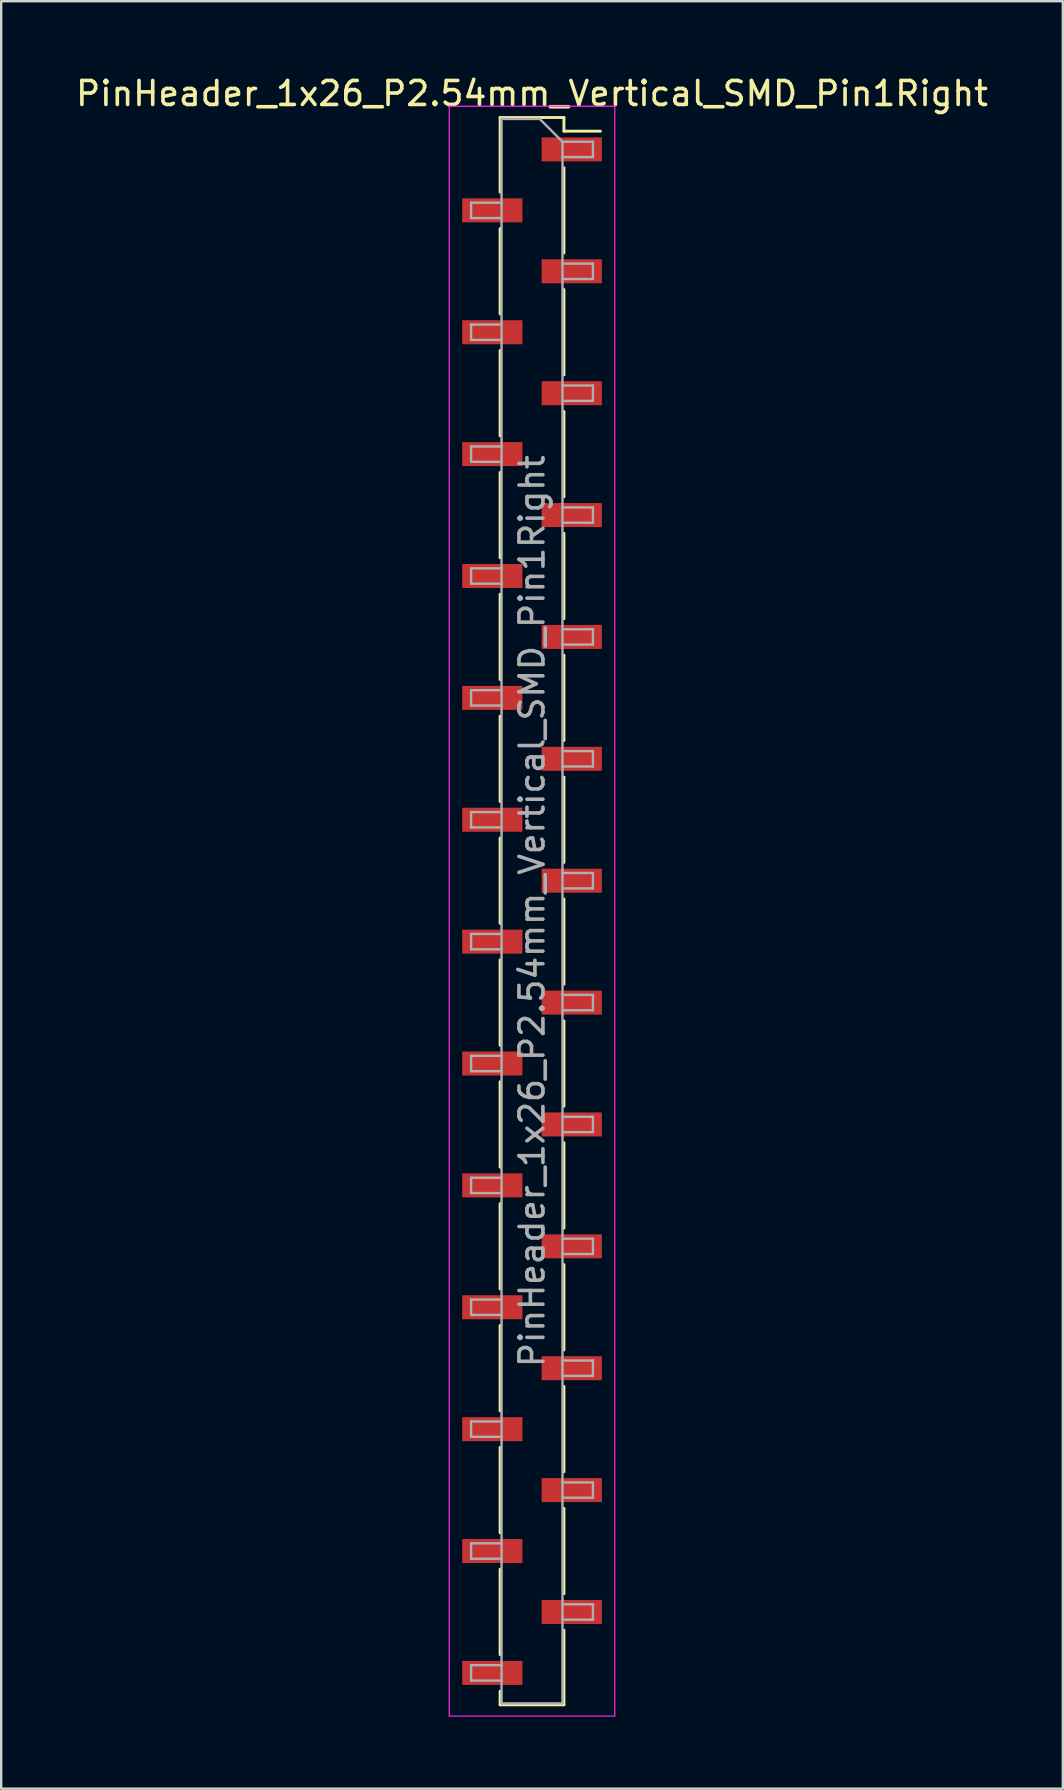
<source format=kicad_pcb>
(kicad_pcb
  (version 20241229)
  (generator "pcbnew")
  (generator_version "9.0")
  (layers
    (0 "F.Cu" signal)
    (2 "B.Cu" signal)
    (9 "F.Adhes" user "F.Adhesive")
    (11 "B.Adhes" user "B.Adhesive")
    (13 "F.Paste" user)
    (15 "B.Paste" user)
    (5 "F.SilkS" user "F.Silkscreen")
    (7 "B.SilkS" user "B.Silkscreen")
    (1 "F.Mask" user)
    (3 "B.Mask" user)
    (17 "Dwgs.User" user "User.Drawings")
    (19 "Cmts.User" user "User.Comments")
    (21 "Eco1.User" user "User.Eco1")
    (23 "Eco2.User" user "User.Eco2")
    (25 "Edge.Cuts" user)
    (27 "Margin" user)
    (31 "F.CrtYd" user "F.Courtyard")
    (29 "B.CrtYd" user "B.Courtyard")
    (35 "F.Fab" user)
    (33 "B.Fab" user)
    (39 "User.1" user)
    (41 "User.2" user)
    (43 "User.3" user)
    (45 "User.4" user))
  (footprint "PinHeader_1x26_P2.54mm_Vertical_SMD_Pin1Right"
    (layer "F.Cu")
    (at 19.125 34.928)
    (property "Reference" "PinHeader_1x26_P2.54mm_Vertical_SMD_Pin1Right" (at 0 -34.08 0) (layer "F.SilkS") (effects (font (size 1 1) (thickness 0.15))))
    (attr smd)
    (fp_line (start -1.33 -33.08) (end -1.33 -29.97) (stroke (width 0.12) (type solid)) (layer "F.SilkS"))
    (fp_line (start -1.33 -33.08) (end 1.33 -33.08) (stroke (width 0.12) (type solid)) (layer "F.SilkS"))
    (fp_line (start -1.33 -28.45) (end -1.33 -24.89) (stroke (width 0.12) (type solid)) (layer "F.SilkS"))
    (fp_line (start -1.33 -23.37) (end -1.33 -19.81) (stroke (width 0.12) (type solid)) (layer "F.SilkS"))
    (fp_line (start -1.33 -18.29) (end -1.33 -14.73) (stroke (width 0.12) (type solid)) (layer "F.SilkS"))
    (fp_line (start -1.33 -13.21) (end -1.33 -9.65) (stroke (width 0.12) (type solid)) (layer "F.SilkS"))
    (fp_line (start -1.33 -8.13) (end -1.33 -4.57) (stroke (width 0.12) (type solid)) (layer "F.SilkS"))
    (fp_line (start -1.33 -3.05) (end -1.33 0.51) (stroke (width 0.12) (type solid)) (layer "F.SilkS"))
    (fp_line (start -1.33 2.03) (end -1.33 5.59) (stroke (width 0.12) (type solid)) (layer "F.SilkS"))
    (fp_line (start -1.33 7.11) (end -1.33 10.67) (stroke (width 0.12) (type solid)) (layer "F.SilkS"))
    (fp_line (start -1.33 12.19) (end -1.33 15.75) (stroke (width 0.12) (type solid)) (layer "F.SilkS"))
    (fp_line (start -1.33 17.27) (end -1.33 20.83) (stroke (width 0.12) (type solid)) (layer "F.SilkS"))
    (fp_line (start -1.33 22.35) (end -1.33 25.91) (stroke (width 0.12) (type solid)) (layer "F.SilkS"))
    (fp_line (start -1.33 27.43) (end -1.33 30.99) (stroke (width 0.12) (type solid)) (layer "F.SilkS"))
    (fp_line (start -1.33 32.51) (end -1.33 33.08) (stroke (width 0.12) (type solid)) (layer "F.SilkS"))
    (fp_line (start -1.33 33.08) (end 1.33 33.08) (stroke (width 0.12) (type solid)) (layer "F.SilkS"))
    (fp_line (start 1.33 -33.08) (end 1.33 -32.51) (stroke (width 0.12) (type solid)) (layer "F.SilkS"))
    (fp_line (start 1.33 -32.51) (end 2.85 -32.51) (stroke (width 0.12) (type solid)) (layer "F.SilkS"))
    (fp_line (start 1.33 -30.99) (end 1.33 -27.43) (stroke (width 0.12) (type solid)) (layer "F.SilkS"))
    (fp_line (start 1.33 -25.91) (end 1.33 -22.35) (stroke (width 0.12) (type solid)) (layer "F.SilkS"))
    (fp_line (start 1.33 -20.83) (end 1.33 -17.27) (stroke (width 0.12) (type solid)) (layer "F.SilkS"))
    (fp_line (start 1.33 -15.75) (end 1.33 -12.19) (stroke (width 0.12) (type solid)) (layer "F.SilkS"))
    (fp_line (start 1.33 -10.67) (end 1.33 -7.11) (stroke (width 0.12) (type solid)) (layer "F.SilkS"))
    (fp_line (start 1.33 -5.59) (end 1.33 -2.03) (stroke (width 0.12) (type solid)) (layer "F.SilkS"))
    (fp_line (start 1.33 -0.51) (end 1.33 3.05) (stroke (width 0.12) (type solid)) (layer "F.SilkS"))
    (fp_line (start 1.33 4.57) (end 1.33 8.13) (stroke (width 0.12) (type solid)) (layer "F.SilkS"))
    (fp_line (start 1.33 9.65) (end 1.33 13.21) (stroke (width 0.12) (type solid)) (layer "F.SilkS"))
    (fp_line (start 1.33 14.73) (end 1.33 18.29) (stroke (width 0.12) (type solid)) (layer "F.SilkS"))
    (fp_line (start 1.33 19.81) (end 1.33 23.37) (stroke (width 0.12) (type solid)) (layer "F.SilkS"))
    (fp_line (start 1.33 24.89) (end 1.33 28.45) (stroke (width 0.12) (type solid)) (layer "F.SilkS"))
    (fp_line (start 1.33 29.97) (end 1.33 33.08) (stroke (width 0.12) (type solid)) (layer "F.SilkS"))
    (fp_line (start -3.45 -33.55) (end -3.45 33.55) (stroke (width 0.05) (type solid)) (layer "F.CrtYd"))
    (fp_line (start -3.45 33.55) (end 3.45 33.55) (stroke (width 0.05) (type solid)) (layer "F.CrtYd"))
    (fp_line (start 3.45 -33.55) (end -3.45 -33.55) (stroke (width 0.05) (type solid)) (layer "F.CrtYd"))
    (fp_line (start 3.45 33.55) (end 3.45 -33.55) (stroke (width 0.05) (type solid)) (layer "F.CrtYd"))
    (fp_line (start -2.54 -29.53) (end -2.54 -28.89) (stroke (width 0.1) (type solid)) (layer "F.Fab"))
    (fp_line (start -2.54 -28.89) (end -1.27 -28.89) (stroke (width 0.1) (type solid)) (layer "F.Fab"))
    (fp_line (start -2.54 -24.45) (end -2.54 -23.81) (stroke (width 0.1) (type solid)) (layer "F.Fab"))
    (fp_line (start -2.54 -23.81) (end -1.27 -23.81) (stroke (width 0.1) (type solid)) (layer "F.Fab"))
    (fp_line (start -2.54 -19.37) (end -2.54 -18.73) (stroke (width 0.1) (type solid)) (layer "F.Fab"))
    (fp_line (start -2.54 -18.73) (end -1.27 -18.73) (stroke (width 0.1) (type solid)) (layer "F.Fab"))
    (fp_line (start -2.54 -14.29) (end -2.54 -13.65) (stroke (width 0.1) (type solid)) (layer "F.Fab"))
    (fp_line (start -2.54 -13.65) (end -1.27 -13.65) (stroke (width 0.1) (type solid)) (layer "F.Fab"))
    (fp_line (start -2.54 -9.21) (end -2.54 -8.57) (stroke (width 0.1) (type solid)) (layer "F.Fab"))
    (fp_line (start -2.54 -8.57) (end -1.27 -8.57) (stroke (width 0.1) (type solid)) (layer "F.Fab"))
    (fp_line (start -2.54 -4.13) (end -2.54 -3.49) (stroke (width 0.1) (type solid)) (layer "F.Fab"))
    (fp_line (start -2.54 -3.49) (end -1.27 -3.49) (stroke (width 0.1) (type solid)) (layer "F.Fab"))
    (fp_line (start -2.54 0.95) (end -2.54 1.59) (stroke (width 0.1) (type solid)) (layer "F.Fab"))
    (fp_line (start -2.54 1.59) (end -1.27 1.59) (stroke (width 0.1) (type solid)) (layer "F.Fab"))
    (fp_line (start -2.54 6.03) (end -2.54 6.67) (stroke (width 0.1) (type solid)) (layer "F.Fab"))
    (fp_line (start -2.54 6.67) (end -1.27 6.67) (stroke (width 0.1) (type solid)) (layer "F.Fab"))
    (fp_line (start -2.54 11.11) (end -2.54 11.75) (stroke (width 0.1) (type solid)) (layer "F.Fab"))
    (fp_line (start -2.54 11.75) (end -1.27 11.75) (stroke (width 0.1) (type solid)) (layer "F.Fab"))
    (fp_line (start -2.54 16.19) (end -2.54 16.83) (stroke (width 0.1) (type solid)) (layer "F.Fab"))
    (fp_line (start -2.54 16.83) (end -1.27 16.83) (stroke (width 0.1) (type solid)) (layer "F.Fab"))
    (fp_line (start -2.54 21.27) (end -2.54 21.91) (stroke (width 0.1) (type solid)) (layer "F.Fab"))
    (fp_line (start -2.54 21.91) (end -1.27 21.91) (stroke (width 0.1) (type solid)) (layer "F.Fab"))
    (fp_line (start -2.54 26.35) (end -2.54 26.99) (stroke (width 0.1) (type solid)) (layer "F.Fab"))
    (fp_line (start -2.54 26.99) (end -1.27 26.99) (stroke (width 0.1) (type solid)) (layer "F.Fab"))
    (fp_line (start -2.54 31.43) (end -2.54 32.07) (stroke (width 0.1) (type solid)) (layer "F.Fab"))
    (fp_line (start -2.54 32.07) (end -1.27 32.07) (stroke (width 0.1) (type solid)) (layer "F.Fab"))
    (fp_line (start -1.27 -33.02) (end -1.27 33.02) (stroke (width 0.1) (type solid)) (layer "F.Fab"))
    (fp_line (start -1.27 -33.02) (end 0.32 -33.02) (stroke (width 0.1) (type solid)) (layer "F.Fab"))
    (fp_line (start -1.27 -29.53) (end -2.54 -29.53) (stroke (width 0.1) (type solid)) (layer "F.Fab"))
    (fp_line (start -1.27 -24.45) (end -2.54 -24.45) (stroke (width 0.1) (type solid)) (layer "F.Fab"))
    (fp_line (start -1.27 -19.37) (end -2.54 -19.37) (stroke (width 0.1) (type solid)) (layer "F.Fab"))
    (fp_line (start -1.27 -14.29) (end -2.54 -14.29) (stroke (width 0.1) (type solid)) (layer "F.Fab"))
    (fp_line (start -1.27 -9.21) (end -2.54 -9.21) (stroke (width 0.1) (type solid)) (layer "F.Fab"))
    (fp_line (start -1.27 -4.13) (end -2.54 -4.13) (stroke (width 0.1) (type solid)) (layer "F.Fab"))
    (fp_line (start -1.27 0.95) (end -2.54 0.95) (stroke (width 0.1) (type solid)) (layer "F.Fab"))
    (fp_line (start -1.27 6.03) (end -2.54 6.03) (stroke (width 0.1) (type solid)) (layer "F.Fab"))
    (fp_line (start -1.27 11.11) (end -2.54 11.11) (stroke (width 0.1) (type solid)) (layer "F.Fab"))
    (fp_line (start -1.27 16.19) (end -2.54 16.19) (stroke (width 0.1) (type solid)) (layer "F.Fab"))
    (fp_line (start -1.27 21.27) (end -2.54 21.27) (stroke (width 0.1) (type solid)) (layer "F.Fab"))
    (fp_line (start -1.27 26.35) (end -2.54 26.35) (stroke (width 0.1) (type solid)) (layer "F.Fab"))
    (fp_line (start -1.27 31.43) (end -2.54 31.43) (stroke (width 0.1) (type solid)) (layer "F.Fab"))
    (fp_line (start 1.27 -32.07) (end 0.32 -33.02) (stroke (width 0.1) (type solid)) (layer "F.Fab"))
    (fp_line (start 1.27 -32.07) (end 2.54 -32.07) (stroke (width 0.1) (type solid)) (layer "F.Fab"))
    (fp_line (start 1.27 -26.99) (end 2.54 -26.99) (stroke (width 0.1) (type solid)) (layer "F.Fab"))
    (fp_line (start 1.27 -21.91) (end 2.54 -21.91) (stroke (width 0.1) (type solid)) (layer "F.Fab"))
    (fp_line (start 1.27 -16.83) (end 2.54 -16.83) (stroke (width 0.1) (type solid)) (layer "F.Fab"))
    (fp_line (start 1.27 -11.75) (end 2.54 -11.75) (stroke (width 0.1) (type solid)) (layer "F.Fab"))
    (fp_line (start 1.27 -6.67) (end 2.54 -6.67) (stroke (width 0.1) (type solid)) (layer "F.Fab"))
    (fp_line (start 1.27 -1.59) (end 2.54 -1.59) (stroke (width 0.1) (type solid)) (layer "F.Fab"))
    (fp_line (start 1.27 3.49) (end 2.54 3.49) (stroke (width 0.1) (type solid)) (layer "F.Fab"))
    (fp_line (start 1.27 8.57) (end 2.54 8.57) (stroke (width 0.1) (type solid)) (layer "F.Fab"))
    (fp_line (start 1.27 13.65) (end 2.54 13.65) (stroke (width 0.1) (type solid)) (layer "F.Fab"))
    (fp_line (start 1.27 18.73) (end 2.54 18.73) (stroke (width 0.1) (type solid)) (layer "F.Fab"))
    (fp_line (start 1.27 23.81) (end 2.54 23.81) (stroke (width 0.1) (type solid)) (layer "F.Fab"))
    (fp_line (start 1.27 28.89) (end 2.54 28.89) (stroke (width 0.1) (type solid)) (layer "F.Fab"))
    (fp_line (start 1.27 33.02) (end -1.27 33.02) (stroke (width 0.1) (type solid)) (layer "F.Fab"))
    (fp_line (start 1.27 33.02) (end 1.27 -32.07) (stroke (width 0.1) (type solid)) (layer "F.Fab"))
    (fp_line (start 2.54 -32.07) (end 2.54 -31.43) (stroke (width 0.1) (type solid)) (layer "F.Fab"))
    (fp_line (start 2.54 -31.43) (end 1.27 -31.43) (stroke (width 0.1) (type solid)) (layer "F.Fab"))
    (fp_line (start 2.54 -26.99) (end 2.54 -26.35) (stroke (width 0.1) (type solid)) (layer "F.Fab"))
    (fp_line (start 2.54 -26.35) (end 1.27 -26.35) (stroke (width 0.1) (type solid)) (layer "F.Fab"))
    (fp_line (start 2.54 -21.91) (end 2.54 -21.27) (stroke (width 0.1) (type solid)) (layer "F.Fab"))
    (fp_line (start 2.54 -21.27) (end 1.27 -21.27) (stroke (width 0.1) (type solid)) (layer "F.Fab"))
    (fp_line (start 2.54 -16.83) (end 2.54 -16.19) (stroke (width 0.1) (type solid)) (layer "F.Fab"))
    (fp_line (start 2.54 -16.19) (end 1.27 -16.19) (stroke (width 0.1) (type solid)) (layer "F.Fab"))
    (fp_line (start 2.54 -11.75) (end 2.54 -11.11) (stroke (width 0.1) (type solid)) (layer "F.Fab"))
    (fp_line (start 2.54 -11.11) (end 1.27 -11.11) (stroke (width 0.1) (type solid)) (layer "F.Fab"))
    (fp_line (start 2.54 -6.67) (end 2.54 -6.03) (stroke (width 0.1) (type solid)) (layer "F.Fab"))
    (fp_line (start 2.54 -6.03) (end 1.27 -6.03) (stroke (width 0.1) (type solid)) (layer "F.Fab"))
    (fp_line (start 2.54 -1.59) (end 2.54 -0.95) (stroke (width 0.1) (type solid)) (layer "F.Fab"))
    (fp_line (start 2.54 -0.95) (end 1.27 -0.95) (stroke (width 0.1) (type solid)) (layer "F.Fab"))
    (fp_line (start 2.54 3.49) (end 2.54 4.13) (stroke (width 0.1) (type solid)) (layer "F.Fab"))
    (fp_line (start 2.54 4.13) (end 1.27 4.13) (stroke (width 0.1) (type solid)) (layer "F.Fab"))
    (fp_line (start 2.54 8.57) (end 2.54 9.21) (stroke (width 0.1) (type solid)) (layer "F.Fab"))
    (fp_line (start 2.54 9.21) (end 1.27 9.21) (stroke (width 0.1) (type solid)) (layer "F.Fab"))
    (fp_line (start 2.54 13.65) (end 2.54 14.29) (stroke (width 0.1) (type solid)) (layer "F.Fab"))
    (fp_line (start 2.54 14.29) (end 1.27 14.29) (stroke (width 0.1) (type solid)) (layer "F.Fab"))
    (fp_line (start 2.54 18.73) (end 2.54 19.37) (stroke (width 0.1) (type solid)) (layer "F.Fab"))
    (fp_line (start 2.54 19.37) (end 1.27 19.37) (stroke (width 0.1) (type solid)) (layer "F.Fab"))
    (fp_line (start 2.54 23.81) (end 2.54 24.45) (stroke (width 0.1) (type solid)) (layer "F.Fab"))
    (fp_line (start 2.54 24.45) (end 1.27 24.45) (stroke (width 0.1) (type solid)) (layer "F.Fab"))
    (fp_line (start 2.54 28.89) (end 2.54 29.53) (stroke (width 0.1) (type solid)) (layer "F.Fab"))
    (fp_line (start 2.54 29.53) (end 1.27 29.53) (stroke (width 0.1) (type solid)) (layer "F.Fab"))
    (fp_text user "${REFERENCE}" (at 0 0 90) (layer "F.Fab") (effects (font (size 1 1) (thickness 0.15))))
    (pad "1" smd rect (at 1.655 -31.75) (size 2.51 1) (layers "F.Cu" "F.Mask" "F.Paste"))
    (pad "2" smd rect (at -1.655 -29.21) (size 2.51 1) (layers "F.Cu" "F.Mask" "F.Paste"))
    (pad "3" smd rect (at 1.655 -26.67) (size 2.51 1) (layers "F.Cu" "F.Mask" "F.Paste"))
    (pad "4" smd rect (at -1.655 -24.13) (size 2.51 1) (layers "F.Cu" "F.Mask" "F.Paste"))
    (pad "5" smd rect (at 1.655 -21.59) (size 2.51 1) (layers "F.Cu" "F.Mask" "F.Paste"))
    (pad "6" smd rect (at -1.655 -19.05) (size 2.51 1) (layers "F.Cu" "F.Mask" "F.Paste"))
    (pad "7" smd rect (at 1.655 -16.51) (size 2.51 1) (layers "F.Cu" "F.Mask" "F.Paste"))
    (pad "8" smd rect (at -1.655 -13.97) (size 2.51 1) (layers "F.Cu" "F.Mask" "F.Paste"))
    (pad "9" smd rect (at 1.655 -11.43) (size 2.51 1) (layers "F.Cu" "F.Mask" "F.Paste"))
    (pad "10" smd rect (at -1.655 -8.89) (size 2.51 1) (layers "F.Cu" "F.Mask" "F.Paste"))
    (pad "11" smd rect (at 1.655 -6.35) (size 2.51 1) (layers "F.Cu" "F.Mask" "F.Paste"))
    (pad "12" smd rect (at -1.655 -3.81) (size 2.51 1) (layers "F.Cu" "F.Mask" "F.Paste"))
    (pad "13" smd rect (at 1.655 -1.27) (size 2.51 1) (layers "F.Cu" "F.Mask" "F.Paste"))
    (pad "14" smd rect (at -1.655 1.27) (size 2.51 1) (layers "F.Cu" "F.Mask" "F.Paste"))
    (pad "15" smd rect (at 1.655 3.81) (size 2.51 1) (layers "F.Cu" "F.Mask" "F.Paste"))
    (pad "16" smd rect (at -1.655 6.35) (size 2.51 1) (layers "F.Cu" "F.Mask" "F.Paste"))
    (pad "17" smd rect (at 1.655 8.89) (size 2.51 1) (layers "F.Cu" "F.Mask" "F.Paste"))
    (pad "18" smd rect (at -1.655 11.43) (size 2.51 1) (layers "F.Cu" "F.Mask" "F.Paste"))
    (pad "19" smd rect (at 1.655 13.97) (size 2.51 1) (layers "F.Cu" "F.Mask" "F.Paste"))
    (pad "20" smd rect (at -1.655 16.51) (size 2.51 1) (layers "F.Cu" "F.Mask" "F.Paste"))
    (pad "21" smd rect (at 1.655 19.05) (size 2.51 1) (layers "F.Cu" "F.Mask" "F.Paste"))
    (pad "22" smd rect (at -1.655 21.59) (size 2.51 1) (layers "F.Cu" "F.Mask" "F.Paste"))
    (pad "23" smd rect (at 1.655 24.13) (size 2.51 1) (layers "F.Cu" "F.Mask" "F.Paste"))
    (pad "24" smd rect (at -1.655 26.67) (size 2.51 1) (layers "F.Cu" "F.Mask" "F.Paste"))
    (pad "25" smd rect (at 1.655 29.21) (size 2.51 1) (layers "F.Cu" "F.Mask" "F.Paste"))
    (pad "26" smd rect (at -1.655 31.75) (size 2.51 1) (layers "F.Cu" "F.Mask" "F.Paste")))
  (gr_rect
    (start -3 -3)
    (end 41.25 71.503)
    (stroke (width 0.1) (type default))
    (fill no)
    (layer "Edge.Cuts")))
</source>
